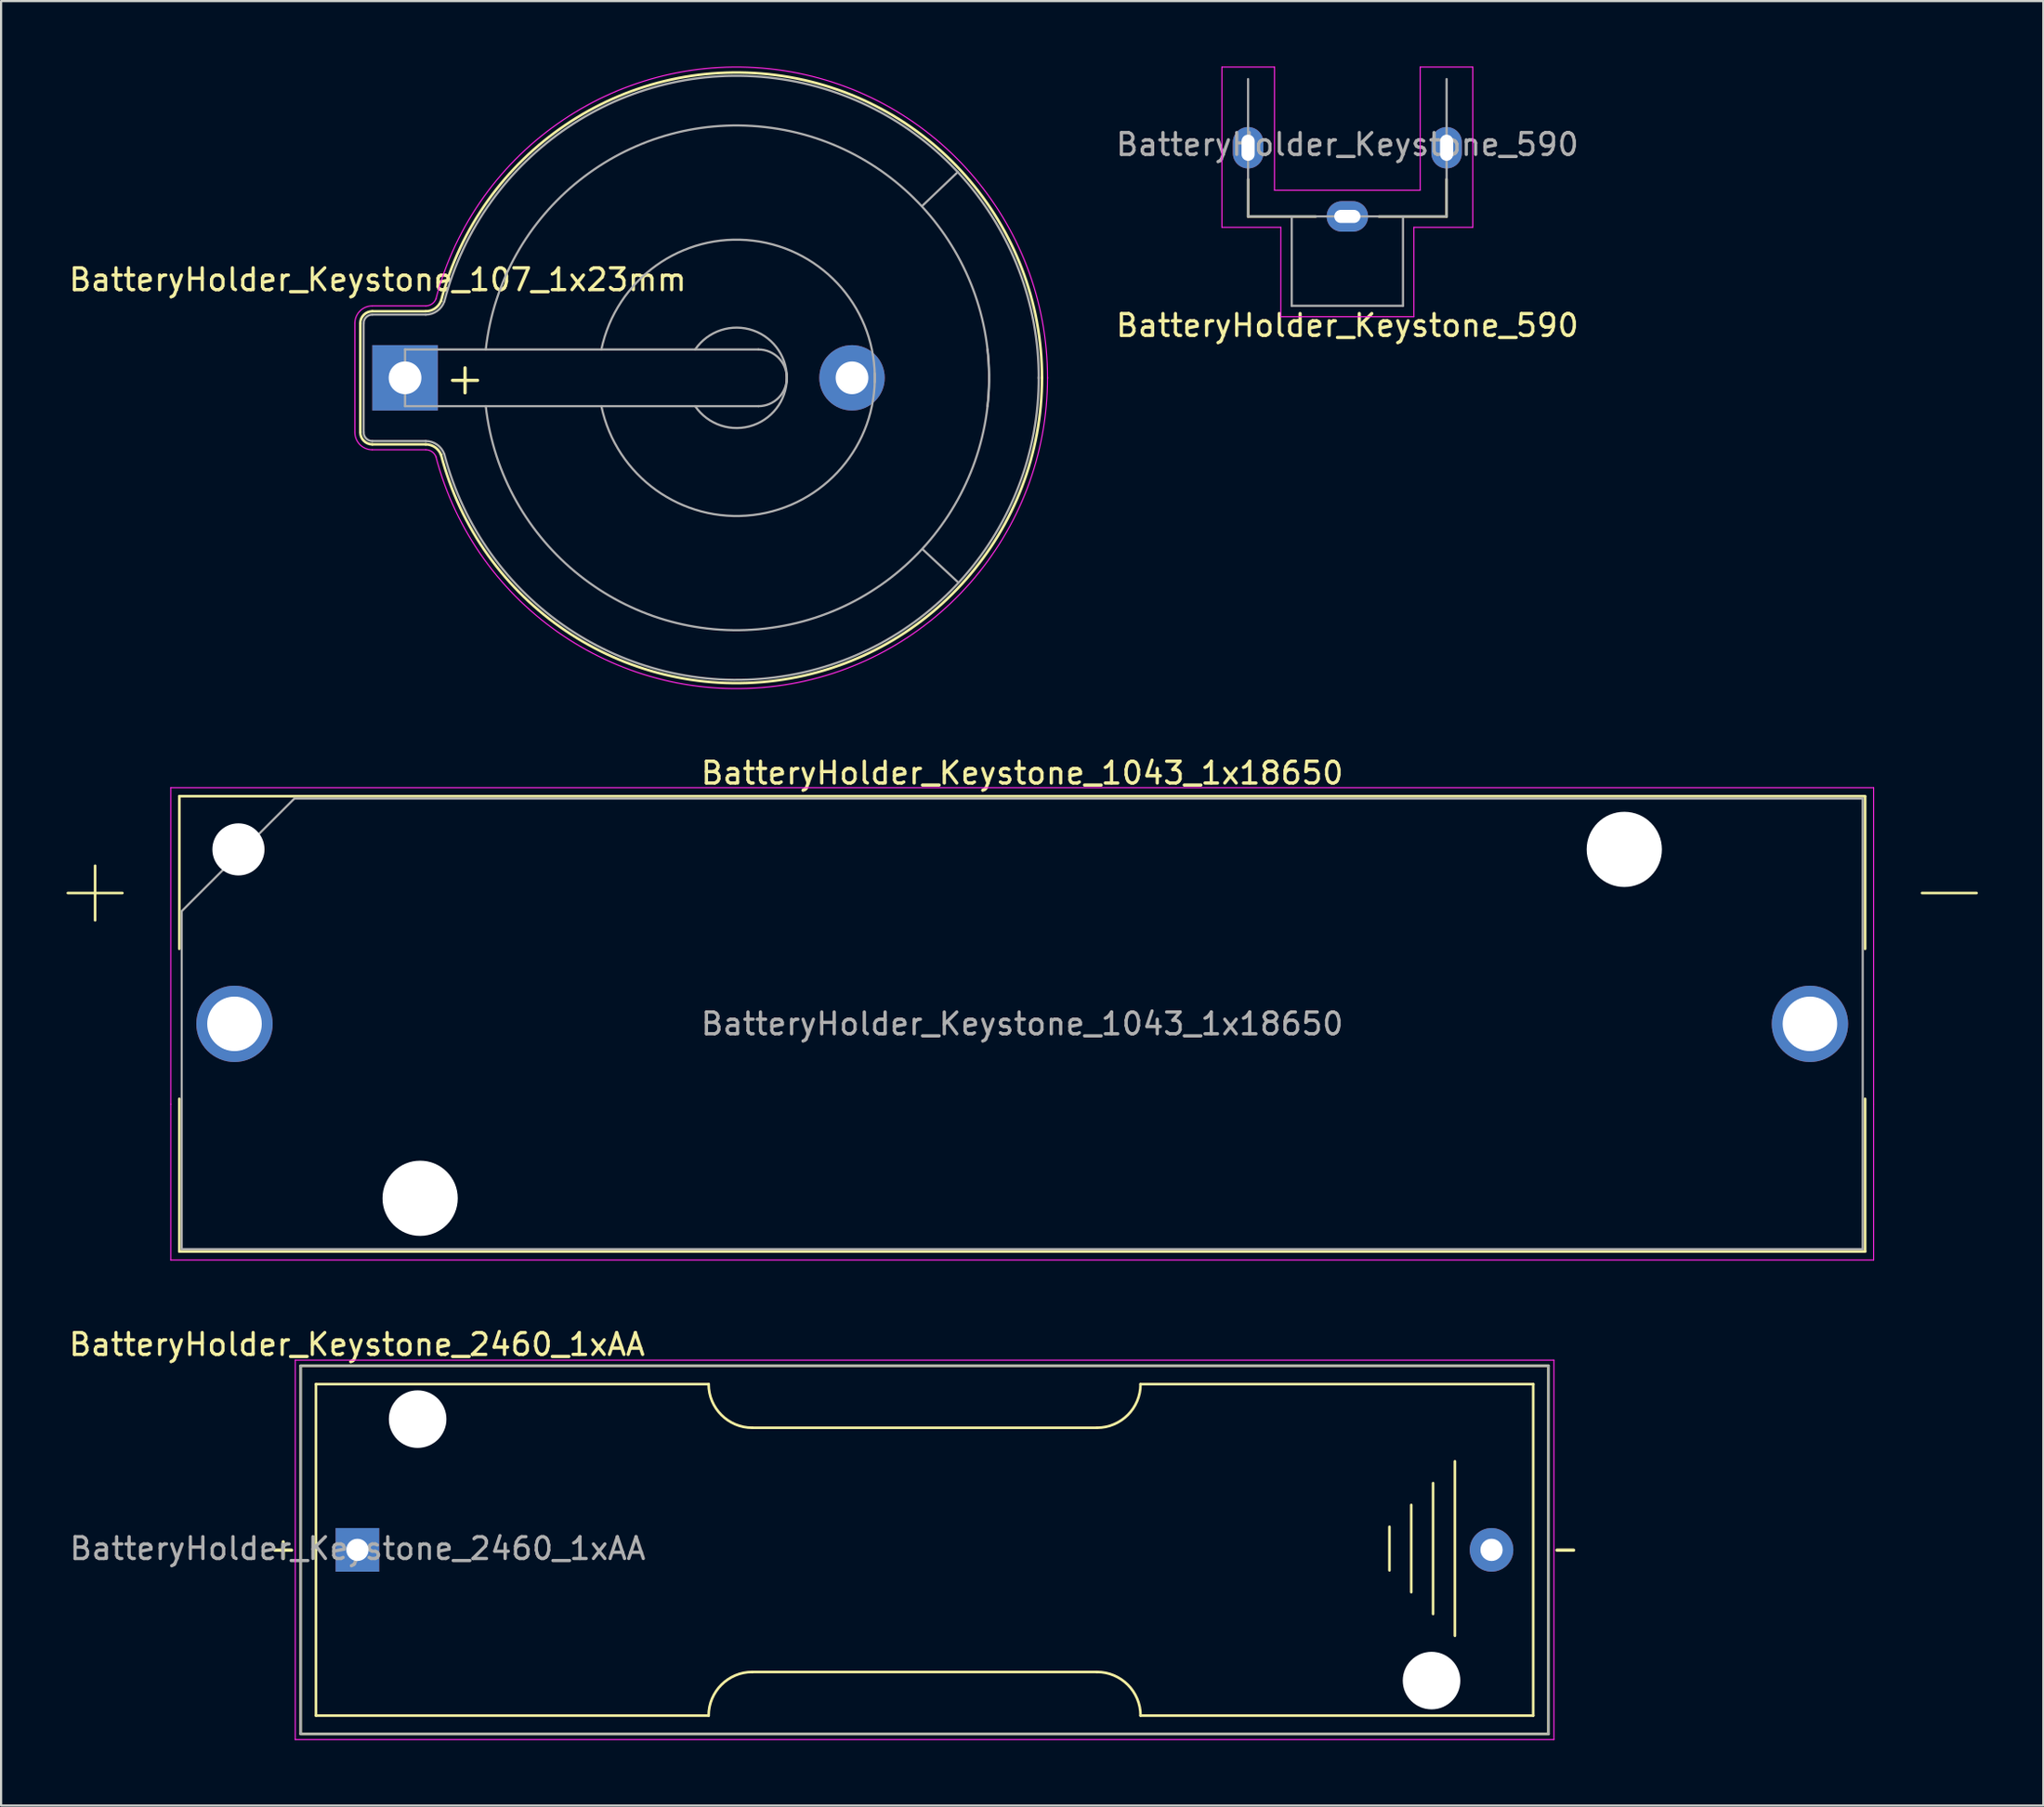
<source format=kicad_pcb>
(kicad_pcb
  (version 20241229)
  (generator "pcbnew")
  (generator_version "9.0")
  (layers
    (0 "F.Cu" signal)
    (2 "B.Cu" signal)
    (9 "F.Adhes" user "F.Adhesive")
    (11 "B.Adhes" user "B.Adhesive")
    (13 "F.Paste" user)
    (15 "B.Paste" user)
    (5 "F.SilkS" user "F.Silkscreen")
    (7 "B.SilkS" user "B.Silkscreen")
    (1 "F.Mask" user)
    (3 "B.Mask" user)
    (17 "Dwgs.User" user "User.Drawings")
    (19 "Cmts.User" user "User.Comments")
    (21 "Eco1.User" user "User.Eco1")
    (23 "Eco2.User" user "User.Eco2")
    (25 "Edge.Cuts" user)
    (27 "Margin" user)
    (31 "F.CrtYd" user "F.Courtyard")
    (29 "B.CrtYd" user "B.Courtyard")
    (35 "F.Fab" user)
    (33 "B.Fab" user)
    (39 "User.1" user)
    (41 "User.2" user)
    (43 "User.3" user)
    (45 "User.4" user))
  (footprint "BatteryHolder_Keystone_1043_1x18650"
    (layer "F.Cu")
    (at 43.81 43.903)
    (property "Reference" "BatteryHolder_Keystone_1043_1x18650" (at 0 -11.5 0) (layer "F.SilkS") (effects (font (size 1 1) (thickness 0.15))))
    (attr smd)
    (fp_line (start -43.75 -6) (end -41.25 -6) (stroke (width 0.12) (type solid)) (layer "F.SilkS"))
    (fp_line (start -42.5 -4.75) (end -42.5 -7.25) (stroke (width 0.12) (type solid)) (layer "F.SilkS"))
    (fp_line (start -38.64 -10.44) (end -38.64 -3.44) (stroke (width 0.12) (type solid)) (layer "F.SilkS"))
    (fp_line (start -38.64 10.44) (end -38.64 3.44) (stroke (width 0.12) (type solid)) (layer "F.SilkS"))
    (fp_line (start 38.64 -10.44) (end -38.64 -10.44) (stroke (width 0.12) (type solid)) (layer "F.SilkS"))
    (fp_line (start 38.64 -3.44) (end 38.64 -10.42) (stroke (width 0.12) (type solid)) (layer "F.SilkS"))
    (fp_line (start 38.64 3.44) (end 38.64 10.44) (stroke (width 0.12) (type solid)) (layer "F.SilkS"))
    (fp_line (start 38.64 10.44) (end -38.64 10.44) (stroke (width 0.12) (type solid)) (layer "F.SilkS"))
    (fp_line (start 43.75 -6) (end 41.25 -6) (stroke (width 0.12) (type solid)) (layer "F.SilkS"))
    (fp_line (start -39.03 -10.83) (end -39.03 3.68) (stroke (width 0.05) (type solid)) (layer "F.CrtYd"))
    (fp_line (start -39.03 -10.83) (end 39.03 -10.83) (stroke (width 0.05) (type solid)) (layer "F.CrtYd"))
    (fp_line (start -39.03 10.83) (end -39.03 3.68) (stroke (width 0.05) (type solid)) (layer "F.CrtYd"))
    (fp_line (start -39.03 10.83) (end 39.03 10.83) (stroke (width 0.05) (type solid)) (layer "F.CrtYd"))
    (fp_line (start 39.03 -10.83) (end 39.03 3.68) (stroke (width 0.05) (type solid)) (layer "F.CrtYd"))
    (fp_line (start 39.03 10.83) (end 39.03 3.68) (stroke (width 0.05) (type solid)) (layer "F.CrtYd"))
    (fp_line (start -38.53 -5.168) (end -38.53 10.33) (stroke (width 0.1) (type solid)) (layer "F.Fab"))
    (fp_line (start -38.53 10.33) (end 38.53 10.33) (stroke (width 0.1) (type solid)) (layer "F.Fab"))
    (fp_line (start -33.367 -10.33) (end -38.53 -5.168) (stroke (width 0.1) (type solid)) (layer "F.Fab"))
    (fp_line (start -33.367 -10.33) (end 38.53 -10.33) (stroke (width 0.1) (type solid)) (layer "F.Fab"))
    (fp_line (start 38.53 -10.33) (end 38.53 10.33) (stroke (width 0.1) (type solid)) (layer "F.Fab"))
    (fp_text user "${REFERENCE}" (at 0 0 0) (layer "F.Fab") (effects (font (size 1 1) (thickness 0.15))))
    (pad "" np_thru_hole circle (at -35.93 -8) (size 2.39 2.39) (drill 2.39) (layers "*.Cu" "*.Mask"))
    (pad "" np_thru_hole circle (at -27.6 8) (size 3.45 3.45) (drill 3.45) (layers "*.Cu" "*.Mask"))
    (pad "" np_thru_hole circle (at 27.6 -8) (size 3.45 3.45) (drill 3.45) (layers "*.Cu" "*.Mask"))
    (pad "1" thru_hole circle (at -36.11 0) (size 3.5 3.5) (drill 2.5) (layers "*.Cu" "*.Mask"))
    (pad "2" thru_hole circle (at 36.11 0) (size 3.5 3.5) (drill 2.5) (layers "*.Cu" "*.Mask")))
  (footprint "BatteryHolder_Keystone_590"
    (layer "F.Cu")
    (at 58.715 6.875)
    (property "Reference" "BatteryHolder_Keystone_590" (at 0 5 0) (layer "F.SilkS") (effects (font (size 1 1) (thickness 0.15))))
    (attr through_hole)
    (fp_line (start -4.55 -1.7) (end -4.55 0) (stroke (width 0.12) (type solid)) (layer "F.SilkS"))
    (fp_line (start -4.55 0) (end -1.45 0) (stroke (width 0.12) (type solid)) (layer "F.SilkS"))
    (fp_line (start 4.55 -1.7) (end 4.55 0) (stroke (width 0.12) (type solid)) (layer "F.SilkS"))
    (fp_line (start 4.55 0) (end 1.45 0) (stroke (width 0.12) (type solid)) (layer "F.SilkS"))
    (fp_line (start -5.75 -6.85) (end -5.75 0.5) (stroke (width 0.05) (type solid)) (layer "F.CrtYd"))
    (fp_line (start -5.75 -6.85) (end -3.34 -6.85) (stroke (width 0.05) (type solid)) (layer "F.CrtYd"))
    (fp_line (start -5.75 0.5) (end -3.05 0.5) (stroke (width 0.05) (type solid)) (layer "F.CrtYd"))
    (fp_line (start -3.34 -1.2) (end -3.34 -6.85) (stroke (width 0.05) (type solid)) (layer "F.CrtYd"))
    (fp_line (start -3.34 -1.2) (end 3.34 -1.2) (stroke (width 0.05) (type solid)) (layer "F.CrtYd"))
    (fp_line (start -3.05 0.5) (end -3.05 4.6) (stroke (width 0.05) (type solid)) (layer "F.CrtYd"))
    (fp_line (start -3.05 4.6) (end 3.05 4.6) (stroke (width 0.05) (type solid)) (layer "F.CrtYd"))
    (fp_line (start 3.05 0.5) (end 5.75 0.5) (stroke (width 0.05) (type solid)) (layer "F.CrtYd"))
    (fp_line (start 3.05 4.6) (end 3.05 0.5) (stroke (width 0.05) (type solid)) (layer "F.CrtYd"))
    (fp_line (start 3.34 -6.85) (end 5.75 -6.85) (stroke (width 0.05) (type solid)) (layer "F.CrtYd"))
    (fp_line (start 3.34 -1.2) (end 3.34 -6.85) (stroke (width 0.05) (type solid)) (layer "F.CrtYd"))
    (fp_line (start 5.75 0.5) (end 5.75 -6.85) (stroke (width 0.05) (type solid)) (layer "F.CrtYd"))
    (fp_line (start -4.55 0) (end -4.55 -6.3) (stroke (width 0.1) (type solid)) (layer "F.Fab"))
    (fp_line (start -2.55 4.1) (end -2.55 0) (stroke (width 0.1) (type solid)) (layer "F.Fab"))
    (fp_line (start 2.55 0) (end 2.55 4.1) (stroke (width 0.1) (type solid)) (layer "F.Fab"))
    (fp_line (start 2.55 4.1) (end -2.55 4.1) (stroke (width 0.1) (type solid)) (layer "F.Fab"))
    (fp_line (start 4.55 0) (end -4.55 0) (stroke (width 0.1) (type solid)) (layer "F.Fab"))
    (fp_line (start 4.55 0) (end 4.55 -6.3) (stroke (width 0.1) (type solid)) (layer "F.Fab"))
    (fp_text user "${REFERENCE}" (at 0 -3.3 0) (layer "F.Fab") (effects (font (size 1 1) (thickness 0.15))))
    (pad "1" thru_hole oval (at -4.55 -3.15 90) (size 1.9 1.4) (drill oval 1.2 0.6) (layers "*.Cu" "*.Mask"))
    (pad "1" thru_hole oval (at 0 0) (size 1.9 1.4) (drill oval 1.2 0.6) (layers "*.Cu" "*.Mask"))
    (pad "1" thru_hole oval (at 4.55 -3.15 90) (size 1.9 1.4) (drill oval 1.2 0.6) (layers "*.Cu" "*.Mask")))
  (footprint "BatteryHolder_Keystone_107_1x23mm"
    (layer "F.Cu")
    (at 15.518 14.277)
    (property "Reference" "BatteryHolder_Keystone_107_1x23mm" (at -1.25 -4.5 0) (layer "F.SilkS") (effects (font (size 1 1) (thickness 0.15))))
    (attr through_hole)
    (fp_line (start -2.05 -2.5) (end -2.05 2.5) (stroke (width 0.12) (type solid)) (layer "F.SilkS"))
    (fp_line (start -1.5 3.05) (end 0.95 3.05) (stroke (width 0.12) (type solid)) (layer "F.SilkS"))
    (fp_line (start 0.95 -3.05) (end -1.5 -3.05) (stroke (width 0.12) (type solid)) (layer "F.SilkS"))
    (fp_arc (start -2.05 -2.5) (mid -1.888909 -2.888909) (end -1.5 -3.05) (stroke (width 0.12) (type solid)) (layer "F.SilkS"))
    (fp_arc (start -1.5 3.05) (mid -1.888909 2.888909) (end -2.05 2.5) (stroke (width 0.12) (type solid)) (layer "F.SilkS"))
    (fp_arc (start 0.95 3.05) (mid 1.380182 3.185636) (end 1.654769 3.543485) (stroke (width 0.12) (type solid)) (layer "F.SilkS"))
    (fp_arc (start 1.65 -3.52) (mid 16.981862 -13.885887) (end 29.199738 0.015231) (stroke (width 0.12) (type solid)) (layer "F.SilkS"))
    (fp_arc (start 1.654769 -3.543485) (mid 1.380182 -3.185636) (end 0.95 -3.05) (stroke (width 0.12) (type solid)) (layer "F.SilkS"))
    (fp_arc (start 29.199738 -0.015231) (mid 16.981862 13.885887) (end 1.65 3.52) (stroke (width 0.12) (type solid)) (layer "F.SilkS"))
    (fp_line (start -2.3 -2.5) (end -2.3 2.5) (stroke (width 0.05) (type solid)) (layer "F.CrtYd"))
    (fp_line (start -1.5 3.3) (end 0.95 3.3) (stroke (width 0.05) (type solid)) (layer "F.CrtYd"))
    (fp_line (start 0.95 -3.3) (end -1.5 -3.3) (stroke (width 0.05) (type solid)) (layer "F.CrtYd"))
    (fp_arc (start -2.3 -2.5) (mid -2.065685 -3.065685) (end -1.5 -3.3) (stroke (width 0.05) (type solid)) (layer "F.CrtYd"))
    (fp_arc (start -1.5 3.3) (mid -2.065685 3.065685) (end -2.3 2.5) (stroke (width 0.05) (type solid)) (layer "F.CrtYd"))
    (fp_arc (start 0.95 3.3) (mid 1.236788 3.390424) (end 1.419846 3.62899) (stroke (width 0.05) (type solid)) (layer "F.CrtYd"))
    (fp_arc (start 1.41 -3.6) (mid 17.030934 -14.134065) (end 29.452124 0.032591) (stroke (width 0.05) (type solid)) (layer "F.CrtYd"))
    (fp_arc (start 1.419846 -3.62899) (mid 1.236788 -3.390424) (end 0.95 -3.3) (stroke (width 0.05) (type solid)) (layer "F.CrtYd"))
    (fp_arc (start 29.452124 -0.032591) (mid 17.030934 14.134065) (end 1.41 3.6) (stroke (width 0.05) (type solid)) (layer "F.CrtYd"))
    (fp_line (start -1.9 -2.5) (end -1.9 2.5) (stroke (width 0.1) (type solid)) (layer "F.Fab"))
    (fp_line (start -1.5 2.9) (end 0.95 2.9) (stroke (width 0.1) (type solid)) (layer "F.Fab"))
    (fp_line (start 0 -1.3) (end 0 1.3) (stroke (width 0.1) (type solid)) (layer "F.Fab"))
    (fp_line (start 0 1.3) (end 16.2 1.3) (stroke (width 0.1) (type solid)) (layer "F.Fab"))
    (fp_line (start 0.95 -2.9) (end -1.5 -2.9) (stroke (width 0.1) (type solid)) (layer "F.Fab"))
    (fp_line (start 16.2 -1.3) (end 0 -1.3) (stroke (width 0.1) (type solid)) (layer "F.Fab"))
    (fp_line (start 23.711 -7.887) (end 25.339 -9.439) (stroke (width 0.1) (type solid)) (layer "F.Fab"))
    (fp_line (start 23.724 7.861) (end 25.367 9.391) (stroke (width 0.1) (type solid)) (layer "F.Fab"))
    (fp_arc (start -1.9 -2.5) (mid -1.782843 -2.782843) (end -1.5 -2.9) (stroke (width 0.1) (type solid)) (layer "F.Fab"))
    (fp_arc (start -1.5 2.9) (mid -1.782843 2.782843) (end -1.9 2.5) (stroke (width 0.1) (type solid)) (layer "F.Fab"))
    (fp_arc (start 0.95 2.9) (mid 1.466219 3.062763) (end 1.795723 3.492182) (stroke (width 0.1) (type solid)) (layer "F.Fab"))
    (fp_arc (start 1.795723 -3.492182) (mid 1.466219 -3.062763) (end 0.95 -2.9) (stroke (width 0.1) (type solid)) (layer "F.Fab"))
    (fp_arc (start 1.8 -3.5) (mid 16.980951 -13.734563) (end 29.049508 0.033425) (stroke (width 0.1) (type solid)) (layer "F.Fab"))
    (fp_arc (start 3.7 -1.3) (mid 16.5 -11.5) (end 26.7 1.3) (stroke (width 0.1) (type solid)) (layer "F.Fab"))
    (fp_arc (start 9 -1.3) (mid 15.954687 -6.28971) (end 21.531551 0.203631) (stroke (width 0.1) (type solid)) (layer "F.Fab"))
    (fp_arc (start 13.3 -1.3) (mid 15.963947 -2.171724) (end 17.495448 0.175833) (stroke (width 0.1) (type solid)) (layer "F.Fab"))
    (fp_arc (start 16.2 -1.3) (mid 17.5 0) (end 16.2 1.3) (stroke (width 0.1) (type solid)) (layer "F.Fab"))
    (fp_arc (start 17.495448 -0.175833) (mid 15.963947 2.171724) (end 13.3 1.3) (stroke (width 0.1) (type solid)) (layer "F.Fab"))
    (fp_arc (start 21.531551 -0.203631) (mid 15.954687 6.28971) (end 9 1.3) (stroke (width 0.1) (type solid)) (layer "F.Fab"))
    (fp_arc (start 26.7 -1.3) (mid 16.5 11.5) (end 3.7 1.3) (stroke (width 0.1) (type solid)) (layer "F.Fab"))
    (fp_arc (start 29.049508 -0.033425) (mid 16.980951 13.734562) (end 1.8 3.5) (stroke (width 0.1) (type solid)) (layer "F.Fab"))
    (fp_text user "+" (at 2.75 0 0) (layer "F.SilkS") (effects (font (size 1.5 1.5) (thickness 0.15))))
    (pad "1" thru_hole rect (at 0 0) (size 3 3) (drill 1.5) (layers "*.Cu" "*.Mask"))
    (pad "2" thru_hole circle (at 20.49 0) (size 3 3) (drill 1.5) (layers "*.Cu" "*.Mask")))
  (footprint "BatteryHolder_Keystone_2460_1xAA"
    (layer "F.Cu")
    (at 13.335 68.026)
    (property "Reference" "BatteryHolder_Keystone_2460_1xAA" (at -0.02 -9.42 180) (layer "F.SilkS") (effects (font (size 1 1) (thickness 0.15))))
    (attr through_hole)
    (fp_line (start -2.6 -8.445) (end 54.6 -8.445) (stroke (width 0.12) (type solid)) (layer "F.SilkS"))
    (fp_line (start -2.6 8.445) (end -2.6 -8.445) (stroke (width 0.12) (type solid)) (layer "F.SilkS"))
    (fp_line (start -1.9 -7.6) (end -1.9 7.6) (stroke (width 0.12) (type solid)) (layer "F.SilkS"))
    (fp_line (start -1.9 -7.6) (end 16.1 -7.6) (stroke (width 0.12) (type solid)) (layer "F.SilkS"))
    (fp_line (start -1.9 7.6) (end 16.1 7.6) (stroke (width 0.12) (type solid)) (layer "F.SilkS"))
    (fp_line (start 18.1 -5.6) (end 33.9 -5.6) (stroke (width 0.12) (type solid)) (layer "F.SilkS"))
    (fp_line (start 33.9 5.6) (end 18.1 5.6) (stroke (width 0.12) (type solid)) (layer "F.SilkS"))
    (fp_line (start 35.9 -7.6) (end 53.9 -7.6) (stroke (width 0.12) (type solid)) (layer "F.SilkS"))
    (fp_line (start 35.9 7.6) (end 53.9 7.6) (stroke (width 0.12) (type solid)) (layer "F.SilkS"))
    (fp_line (start 47.31 -1.06) (end 47.31 0.94) (stroke (width 0.12) (type solid)) (layer "F.SilkS"))
    (fp_line (start 48.31 -2.06) (end 48.31 1.94) (stroke (width 0.12) (type solid)) (layer "F.SilkS"))
    (fp_line (start 49.31 2.94) (end 49.31 -3.06) (stroke (width 0.12) (type solid)) (layer "F.SilkS"))
    (fp_line (start 50.31 -4.06) (end 50.31 3.94) (stroke (width 0.12) (type solid)) (layer "F.SilkS"))
    (fp_line (start 53.9 -7.6) (end 53.9 7.6) (stroke (width 0.12) (type solid)) (layer "F.SilkS"))
    (fp_line (start 54.6 -8.445) (end 54.6 8.445) (stroke (width 0.12) (type solid)) (layer "F.SilkS"))
    (fp_line (start 54.6 8.445) (end -2.6 8.445) (stroke (width 0.12) (type solid)) (layer "F.SilkS"))
    (fp_arc (start 16.1 7.6) (mid 16.685786 6.185786) (end 18.1 5.6) (stroke (width 0.12) (type solid)) (layer "F.SilkS"))
    (fp_arc (start 18.1 -5.6) (mid 16.685786 -6.185786) (end 16.1 -7.6) (stroke (width 0.12) (type solid)) (layer "F.SilkS"))
    (fp_arc (start 33.9 5.6) (mid 35.314214 6.185786) (end 35.9 7.6) (stroke (width 0.12) (type solid)) (layer "F.SilkS"))
    (fp_arc (start 35.9 -7.6) (mid 35.314214 -6.185786) (end 33.9 -5.6) (stroke (width 0.12) (type solid)) (layer "F.SilkS"))
    (fp_line (start -2.85 -8.7) (end 54.85 -8.7) (stroke (width 0.05) (type solid)) (layer "F.CrtYd"))
    (fp_line (start -2.85 8.7) (end -2.85 -8.7) (stroke (width 0.05) (type solid)) (layer "F.CrtYd"))
    (fp_line (start 54.85 -8.7) (end 54.85 8.7) (stroke (width 0.05) (type solid)) (layer "F.CrtYd"))
    (fp_line (start 54.85 8.7) (end -2.85 8.7) (stroke (width 0.05) (type solid)) (layer "F.CrtYd"))
    (fp_line (start -2.6 -8.44) (end -2.6 8.44) (stroke (width 0.1) (type solid)) (layer "F.Fab"))
    (fp_line (start -2.6 8.44) (end 54.6 8.44) (stroke (width 0.1) (type solid)) (layer "F.Fab"))
    (fp_line (start 54.6 -8.44) (end -2.6 -8.44) (stroke (width 0.1) (type solid)) (layer "F.Fab"))
    (fp_line (start 54.6 8.44) (end 54.6 -8.44) (stroke (width 0.1) (type solid)) (layer "F.Fab"))
    (fp_text user "-" (at 55.37 -0.06 0) (layer "F.SilkS") (effects (font (size 1 1) (thickness 0.15))))
    (fp_text user "+" (at -3.4 -0.06 0) (layer "F.SilkS") (effects (font (size 1 1) (thickness 0.15))))
    (fp_text user "${REFERENCE}" (at 0.01 -0.06 0) (layer "F.Fab") (effects (font (size 1 1) (thickness 0.15))))
    (pad "" np_thru_hole circle (at 2.76 -5.995 90) (size 2.64 2.64) (drill 2.64) (layers "*.Cu" "*.Mask"))
    (pad "" np_thru_hole circle (at 49.24 5.995) (size 2.64 2.64) (drill 2.64) (layers "*.Cu" "*.Mask"))
    (pad "1" thru_hole rect (at 0 0 180) (size 2 2) (drill 1.02) (layers "*.Cu" "*.Mask"))
    (pad "2" thru_hole circle (at 51.99 0 180) (size 2 2) (drill 1.02) (layers "*.Cu" "*.Mask")))
  (gr_rect
    (start -3 -3)
    (end 90.62 79.751)
    (stroke (width 0.1) (type default))
    (fill no)
    (layer "Edge.Cuts")))
</source>
